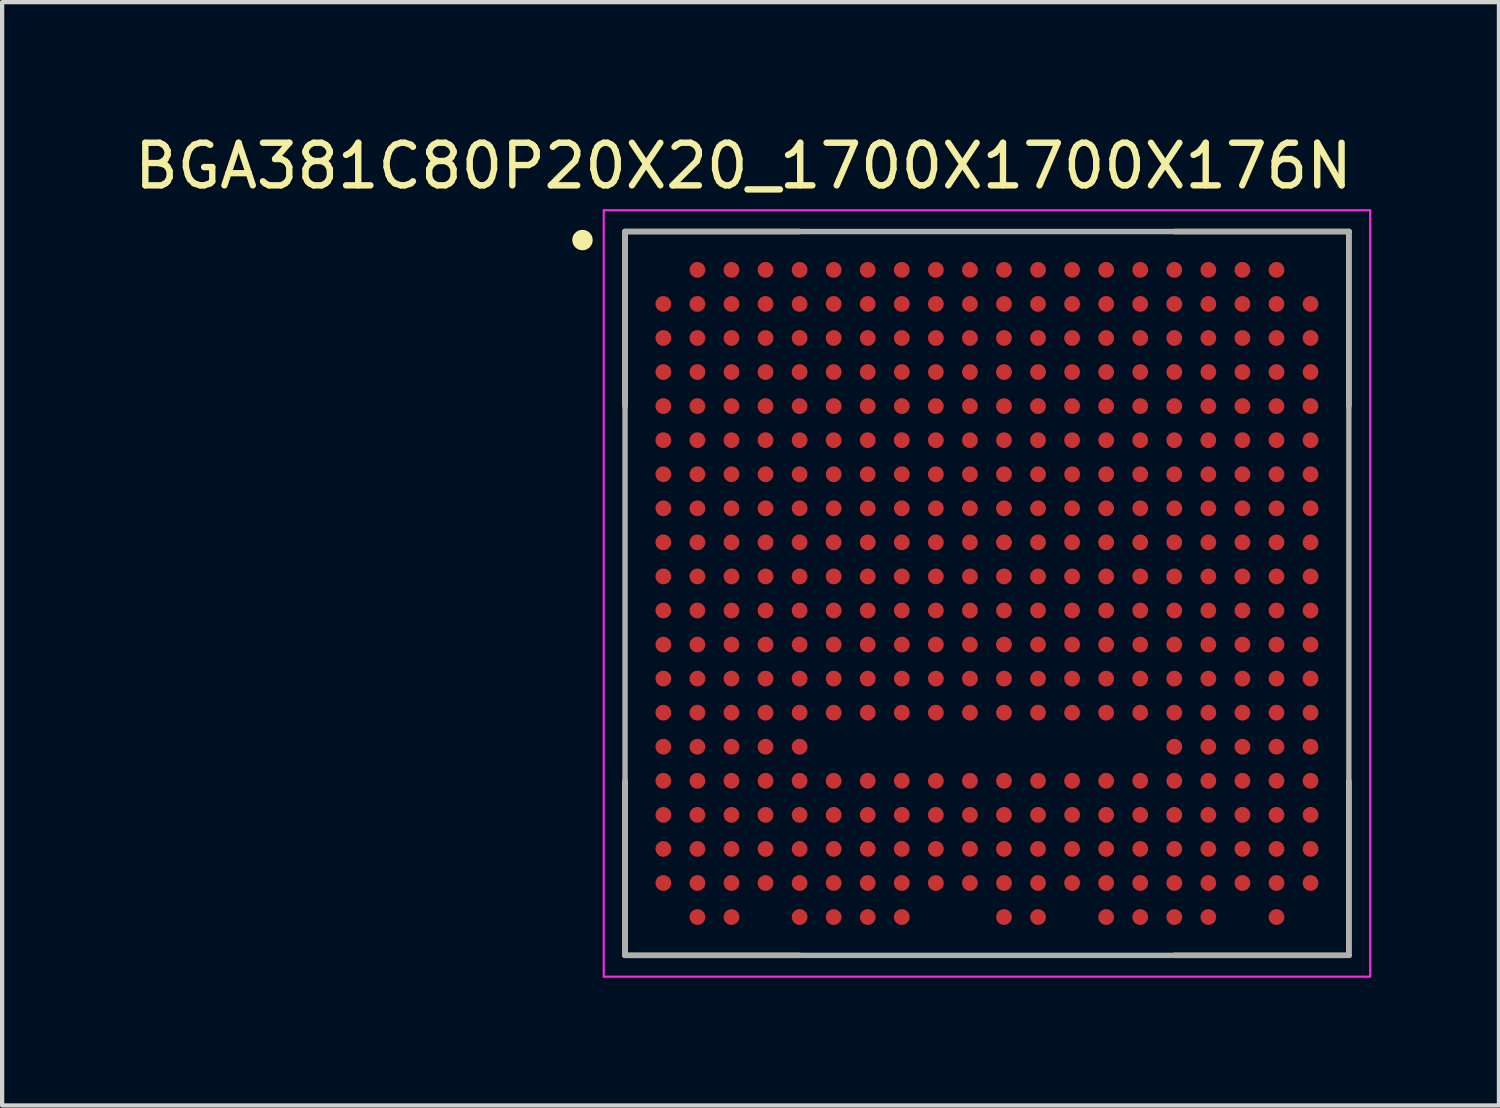
<source format=kicad_pcb>
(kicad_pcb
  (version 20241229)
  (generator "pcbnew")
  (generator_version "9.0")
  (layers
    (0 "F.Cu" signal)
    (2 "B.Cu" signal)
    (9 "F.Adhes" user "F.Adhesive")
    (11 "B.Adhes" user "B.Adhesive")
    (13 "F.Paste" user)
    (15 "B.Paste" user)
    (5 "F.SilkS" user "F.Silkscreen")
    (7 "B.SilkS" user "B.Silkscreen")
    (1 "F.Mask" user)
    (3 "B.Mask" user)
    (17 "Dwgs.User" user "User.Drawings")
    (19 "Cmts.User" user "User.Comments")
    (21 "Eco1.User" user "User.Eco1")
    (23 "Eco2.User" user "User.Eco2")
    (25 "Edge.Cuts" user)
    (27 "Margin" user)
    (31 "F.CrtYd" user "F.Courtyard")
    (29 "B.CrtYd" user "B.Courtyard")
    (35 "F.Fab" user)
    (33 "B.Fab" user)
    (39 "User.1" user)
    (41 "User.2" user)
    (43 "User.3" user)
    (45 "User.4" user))
  (footprint "BGA381C80P20X20_1700X1700X176N"
    (layer "F.Cu")
    (at 20.13 10.888)
    (property "Reference" "BGA381C80P20X20_1700X1700X176N" (at -5.719 -10.04 0) (layer "F.SilkS") (effects (font (size 1 1) (thickness 0.15))))
    (attr through_hole)
    (fp_line (start -8.5 -8.5) (end -8.5 -4.4) (stroke (width 0.127) (type solid)) (layer "F.SilkS"))
    (fp_line (start -8.5 4.4) (end -8.5 8.5) (stroke (width 0.127) (type solid)) (layer "F.SilkS"))
    (fp_line (start -4.4 -8.5) (end -8.5 -8.5) (stroke (width 0.127) (type solid)) (layer "F.SilkS"))
    (fp_line (start -4.4 8.5) (end -8.5 8.5) (stroke (width 0.127) (type solid)) (layer "F.SilkS"))
    (fp_line (start 8.5 -8.5) (end 4.4 -8.5) (stroke (width 0.127) (type solid)) (layer "F.SilkS"))
    (fp_line (start 8.5 -8.5) (end 8.5 -4.4) (stroke (width 0.127) (type solid)) (layer "F.SilkS"))
    (fp_line (start 8.5 4.4) (end 8.5 8.5) (stroke (width 0.127) (type solid)) (layer "F.SilkS"))
    (fp_line (start 8.5 8.5) (end 4.4 8.5) (stroke (width 0.127) (type solid)) (layer "F.SilkS"))
    (fp_circle (center -9.5 -8.3) (end -9.38 -8.3) (stroke (width 0.24) (type solid)) (fill no) (layer "F.SilkS"))
    (fp_line (start -9 -9) (end 9 -9) (stroke (width 0.05) (type solid)) (layer "F.CrtYd"))
    (fp_line (start -9 9) (end -9 -9) (stroke (width 0.05) (type solid)) (layer "F.CrtYd"))
    (fp_line (start 9 -9) (end 9 9) (stroke (width 0.05) (type solid)) (layer "F.CrtYd"))
    (fp_line (start 9 9) (end -9 9) (stroke (width 0.05) (type solid)) (layer "F.CrtYd"))
    (fp_line (start -8.5 -8.5) (end 8.5 -8.5) (stroke (width 0.127) (type solid)) (layer "F.Fab"))
    (fp_line (start -8.5 8.5) (end -8.5 -8.5) (stroke (width 0.127) (type solid)) (layer "F.Fab"))
    (fp_line (start 8.5 -8.5) (end 8.5 8.5) (stroke (width 0.127) (type solid)) (layer "F.Fab"))
    (fp_line (start 8.5 8.5) (end -8.5 8.5) (stroke (width 0.127) (type solid)) (layer "F.Fab"))
    (pad "A2" smd circle (at -6.8 -7.6) (size 0.37 0.37) (layers "F.Cu" "F.Mask" "F.Paste"))
    (pad "A3" smd circle (at -6 -7.6) (size 0.37 0.37) (layers "F.Cu" "F.Mask" "F.Paste"))
    (pad "A4" smd circle (at -5.2 -7.6) (size 0.37 0.37) (layers "F.Cu" "F.Mask" "F.Paste"))
    (pad "A5" smd circle (at -4.4 -7.6) (size 0.37 0.37) (layers "F.Cu" "F.Mask" "F.Paste"))
    (pad "A6" smd circle (at -3.6 -7.6) (size 0.37 0.37) (layers "F.Cu" "F.Mask" "F.Paste"))
    (pad "A7" smd circle (at -2.8 -7.6) (size 0.37 0.37) (layers "F.Cu" "F.Mask" "F.Paste"))
    (pad "A8" smd circle (at -2 -7.6) (size 0.37 0.37) (layers "F.Cu" "F.Mask" "F.Paste"))
    (pad "A9" smd circle (at -1.2 -7.6) (size 0.37 0.37) (layers "F.Cu" "F.Mask" "F.Paste"))
    (pad "A10" smd circle (at -0.4 -7.6) (size 0.37 0.37) (layers "F.Cu" "F.Mask" "F.Paste"))
    (pad "A11" smd circle (at 0.4 -7.6) (size 0.37 0.37) (layers "F.Cu" "F.Mask" "F.Paste"))
    (pad "A12" smd circle (at 1.2 -7.6) (size 0.37 0.37) (layers "F.Cu" "F.Mask" "F.Paste"))
    (pad "A13" smd circle (at 2 -7.6) (size 0.37 0.37) (layers "F.Cu" "F.Mask" "F.Paste"))
    (pad "A14" smd circle (at 2.8 -7.6) (size 0.37 0.37) (layers "F.Cu" "F.Mask" "F.Paste"))
    (pad "A15" smd circle (at 3.6 -7.6) (size 0.37 0.37) (layers "F.Cu" "F.Mask" "F.Paste"))
    (pad "A16" smd circle (at 4.4 -7.6) (size 0.37 0.37) (layers "F.Cu" "F.Mask" "F.Paste"))
    (pad "A17" smd circle (at 5.2 -7.6) (size 0.37 0.37) (layers "F.Cu" "F.Mask" "F.Paste"))
    (pad "A18" smd circle (at 6 -7.6) (size 0.37 0.37) (layers "F.Cu" "F.Mask" "F.Paste"))
    (pad "A19" smd circle (at 6.8 -7.6) (size 0.37 0.37) (layers "F.Cu" "F.Mask" "F.Paste"))
    (pad "B1" smd circle (at -7.6 -6.8) (size 0.37 0.37) (layers "F.Cu" "F.Mask" "F.Paste"))
    (pad "B2" smd circle (at -6.8 -6.8) (size 0.37 0.37) (layers "F.Cu" "F.Mask" "F.Paste"))
    (pad "B3" smd circle (at -6 -6.8) (size 0.37 0.37) (layers "F.Cu" "F.Mask" "F.Paste"))
    (pad "B4" smd circle (at -5.2 -6.8) (size 0.37 0.37) (layers "F.Cu" "F.Mask" "F.Paste"))
    (pad "B5" smd circle (at -4.4 -6.8) (size 0.37 0.37) (layers "F.Cu" "F.Mask" "F.Paste"))
    (pad "B6" smd circle (at -3.6 -6.8) (size 0.37 0.37) (layers "F.Cu" "F.Mask" "F.Paste"))
    (pad "B7" smd circle (at -2.8 -6.8) (size 0.37 0.37) (layers "F.Cu" "F.Mask" "F.Paste"))
    (pad "B8" smd circle (at -2 -6.8) (size 0.37 0.37) (layers "F.Cu" "F.Mask" "F.Paste"))
    (pad "B9" smd circle (at -1.2 -6.8) (size 0.37 0.37) (layers "F.Cu" "F.Mask" "F.Paste"))
    (pad "B10" smd circle (at -0.4 -6.8) (size 0.37 0.37) (layers "F.Cu" "F.Mask" "F.Paste"))
    (pad "B11" smd circle (at 0.4 -6.8) (size 0.37 0.37) (layers "F.Cu" "F.Mask" "F.Paste"))
    (pad "B12" smd circle (at 1.2 -6.8) (size 0.37 0.37) (layers "F.Cu" "F.Mask" "F.Paste"))
    (pad "B13" smd circle (at 2 -6.8) (size 0.37 0.37) (layers "F.Cu" "F.Mask" "F.Paste"))
    (pad "B14" smd circle (at 2.8 -6.8) (size 0.37 0.37) (layers "F.Cu" "F.Mask" "F.Paste"))
    (pad "B15" smd circle (at 3.6 -6.8) (size 0.37 0.37) (layers "F.Cu" "F.Mask" "F.Paste"))
    (pad "B16" smd circle (at 4.4 -6.8) (size 0.37 0.37) (layers "F.Cu" "F.Mask" "F.Paste"))
    (pad "B17" smd circle (at 5.2 -6.8) (size 0.37 0.37) (layers "F.Cu" "F.Mask" "F.Paste"))
    (pad "B18" smd circle (at 6 -6.8) (size 0.37 0.37) (layers "F.Cu" "F.Mask" "F.Paste"))
    (pad "B19" smd circle (at 6.8 -6.8) (size 0.37 0.37) (layers "F.Cu" "F.Mask" "F.Paste"))
    (pad "B20" smd circle (at 7.6 -6.8) (size 0.37 0.37) (layers "F.Cu" "F.Mask" "F.Paste"))
    (pad "C1" smd circle (at -7.6 -6) (size 0.37 0.37) (layers "F.Cu" "F.Mask" "F.Paste"))
    (pad "C2" smd circle (at -6.8 -6) (size 0.37 0.37) (layers "F.Cu" "F.Mask" "F.Paste"))
    (pad "C3" smd circle (at -6 -6) (size 0.37 0.37) (layers "F.Cu" "F.Mask" "F.Paste"))
    (pad "C4" smd circle (at -5.2 -6) (size 0.37 0.37) (layers "F.Cu" "F.Mask" "F.Paste"))
    (pad "C5" smd circle (at -4.4 -6) (size 0.37 0.37) (layers "F.Cu" "F.Mask" "F.Paste"))
    (pad "C6" smd circle (at -3.6 -6) (size 0.37 0.37) (layers "F.Cu" "F.Mask" "F.Paste"))
    (pad "C7" smd circle (at -2.8 -6) (size 0.37 0.37) (layers "F.Cu" "F.Mask" "F.Paste"))
    (pad "C8" smd circle (at -2 -6) (size 0.37 0.37) (layers "F.Cu" "F.Mask" "F.Paste"))
    (pad "C9" smd circle (at -1.2 -6) (size 0.37 0.37) (layers "F.Cu" "F.Mask" "F.Paste"))
    (pad "C10" smd circle (at -0.4 -6) (size 0.37 0.37) (layers "F.Cu" "F.Mask" "F.Paste"))
    (pad "C11" smd circle (at 0.4 -6) (size 0.37 0.37) (layers "F.Cu" "F.Mask" "F.Paste"))
    (pad "C12" smd circle (at 1.2 -6) (size 0.37 0.37) (layers "F.Cu" "F.Mask" "F.Paste"))
    (pad "C13" smd circle (at 2 -6) (size 0.37 0.37) (layers "F.Cu" "F.Mask" "F.Paste"))
    (pad "C14" smd circle (at 2.8 -6) (size 0.37 0.37) (layers "F.Cu" "F.Mask" "F.Paste"))
    (pad "C15" smd circle (at 3.6 -6) (size 0.37 0.37) (layers "F.Cu" "F.Mask" "F.Paste"))
    (pad "C16" smd circle (at 4.4 -6) (size 0.37 0.37) (layers "F.Cu" "F.Mask" "F.Paste"))
    (pad "C17" smd circle (at 5.2 -6) (size 0.37 0.37) (layers "F.Cu" "F.Mask" "F.Paste"))
    (pad "C18" smd circle (at 6 -6) (size 0.37 0.37) (layers "F.Cu" "F.Mask" "F.Paste"))
    (pad "C19" smd circle (at 6.8 -6) (size 0.37 0.37) (layers "F.Cu" "F.Mask" "F.Paste"))
    (pad "C20" smd circle (at 7.6 -6) (size 0.37 0.37) (layers "F.Cu" "F.Mask" "F.Paste"))
    (pad "D1" smd circle (at -7.6 -5.2) (size 0.37 0.37) (layers "F.Cu" "F.Mask" "F.Paste"))
    (pad "D2" smd circle (at -6.8 -5.2) (size 0.37 0.37) (layers "F.Cu" "F.Mask" "F.Paste"))
    (pad "D3" smd circle (at -6 -5.2) (size 0.37 0.37) (layers "F.Cu" "F.Mask" "F.Paste"))
    (pad "D4" smd circle (at -5.2 -5.2) (size 0.37 0.37) (layers "F.Cu" "F.Mask" "F.Paste"))
    (pad "D5" smd circle (at -4.4 -5.2) (size 0.37 0.37) (layers "F.Cu" "F.Mask" "F.Paste"))
    (pad "D6" smd circle (at -3.6 -5.2) (size 0.37 0.37) (layers "F.Cu" "F.Mask" "F.Paste"))
    (pad "D7" smd circle (at -2.8 -5.2) (size 0.37 0.37) (layers "F.Cu" "F.Mask" "F.Paste"))
    (pad "D8" smd circle (at -2 -5.2) (size 0.37 0.37) (layers "F.Cu" "F.Mask" "F.Paste"))
    (pad "D9" smd circle (at -1.2 -5.2) (size 0.37 0.37) (layers "F.Cu" "F.Mask" "F.Paste"))
    (pad "D10" smd circle (at -0.4 -5.2) (size 0.37 0.37) (layers "F.Cu" "F.Mask" "F.Paste"))
    (pad "D11" smd circle (at 0.4 -5.2) (size 0.37 0.37) (layers "F.Cu" "F.Mask" "F.Paste"))
    (pad "D12" smd circle (at 1.2 -5.2) (size 0.37 0.37) (layers "F.Cu" "F.Mask" "F.Paste"))
    (pad "D13" smd circle (at 2 -5.2) (size 0.37 0.37) (layers "F.Cu" "F.Mask" "F.Paste"))
    (pad "D14" smd circle (at 2.8 -5.2) (size 0.37 0.37) (layers "F.Cu" "F.Mask" "F.Paste"))
    (pad "D15" smd circle (at 3.6 -5.2) (size 0.37 0.37) (layers "F.Cu" "F.Mask" "F.Paste"))
    (pad "D16" smd circle (at 4.4 -5.2) (size 0.37 0.37) (layers "F.Cu" "F.Mask" "F.Paste"))
    (pad "D17" smd circle (at 5.2 -5.2) (size 0.37 0.37) (layers "F.Cu" "F.Mask" "F.Paste"))
    (pad "D18" smd circle (at 6 -5.2) (size 0.37 0.37) (layers "F.Cu" "F.Mask" "F.Paste"))
    (pad "D19" smd circle (at 6.8 -5.2) (size 0.37 0.37) (layers "F.Cu" "F.Mask" "F.Paste"))
    (pad "D20" smd circle (at 7.6 -5.2) (size 0.37 0.37) (layers "F.Cu" "F.Mask" "F.Paste"))
    (pad "E1" smd circle (at -7.6 -4.4) (size 0.37 0.37) (layers "F.Cu" "F.Mask" "F.Paste"))
    (pad "E2" smd circle (at -6.8 -4.4) (size 0.37 0.37) (layers "F.Cu" "F.Mask" "F.Paste"))
    (pad "E3" smd circle (at -6 -4.4) (size 0.37 0.37) (layers "F.Cu" "F.Mask" "F.Paste"))
    (pad "E4" smd circle (at -5.2 -4.4) (size 0.37 0.37) (layers "F.Cu" "F.Mask" "F.Paste"))
    (pad "E5" smd circle (at -4.4 -4.4) (size 0.37 0.37) (layers "F.Cu" "F.Mask" "F.Paste"))
    (pad "E6" smd circle (at -3.6 -4.4) (size 0.37 0.37) (layers "F.Cu" "F.Mask" "F.Paste"))
    (pad "E7" smd circle (at -2.8 -4.4) (size 0.37 0.37) (layers "F.Cu" "F.Mask" "F.Paste"))
    (pad "E8" smd circle (at -2 -4.4) (size 0.37 0.37) (layers "F.Cu" "F.Mask" "F.Paste"))
    (pad "E9" smd circle (at -1.2 -4.4) (size 0.37 0.37) (layers "F.Cu" "F.Mask" "F.Paste"))
    (pad "E10" smd circle (at -0.4 -4.4) (size 0.37 0.37) (layers "F.Cu" "F.Mask" "F.Paste"))
    (pad "E11" smd circle (at 0.4 -4.4) (size 0.37 0.37) (layers "F.Cu" "F.Mask" "F.Paste"))
    (pad "E12" smd circle (at 1.2 -4.4) (size 0.37 0.37) (layers "F.Cu" "F.Mask" "F.Paste"))
    (pad "E13" smd circle (at 2 -4.4) (size 0.37 0.37) (layers "F.Cu" "F.Mask" "F.Paste"))
    (pad "E14" smd circle (at 2.8 -4.4) (size 0.37 0.37) (layers "F.Cu" "F.Mask" "F.Paste"))
    (pad "E15" smd circle (at 3.6 -4.4) (size 0.37 0.37) (layers "F.Cu" "F.Mask" "F.Paste"))
    (pad "E16" smd circle (at 4.4 -4.4) (size 0.37 0.37) (layers "F.Cu" "F.Mask" "F.Paste"))
    (pad "E17" smd circle (at 5.2 -4.4) (size 0.37 0.37) (layers "F.Cu" "F.Mask" "F.Paste"))
    (pad "E18" smd circle (at 6 -4.4) (size 0.37 0.37) (layers "F.Cu" "F.Mask" "F.Paste"))
    (pad "E19" smd circle (at 6.8 -4.4) (size 0.37 0.37) (layers "F.Cu" "F.Mask" "F.Paste"))
    (pad "E20" smd circle (at 7.6 -4.4) (size 0.37 0.37) (layers "F.Cu" "F.Mask" "F.Paste"))
    (pad "F1" smd circle (at -7.6 -3.6) (size 0.37 0.37) (layers "F.Cu" "F.Mask" "F.Paste"))
    (pad "F2" smd circle (at -6.8 -3.6) (size 0.37 0.37) (layers "F.Cu" "F.Mask" "F.Paste"))
    (pad "F3" smd circle (at -6 -3.6) (size 0.37 0.37) (layers "F.Cu" "F.Mask" "F.Paste"))
    (pad "F4" smd circle (at -5.2 -3.6) (size 0.37 0.37) (layers "F.Cu" "F.Mask" "F.Paste"))
    (pad "F5" smd circle (at -4.4 -3.6) (size 0.37 0.37) (layers "F.Cu" "F.Mask" "F.Paste"))
    (pad "F6" smd circle (at -3.6 -3.6) (size 0.37 0.37) (layers "F.Cu" "F.Mask" "F.Paste"))
    (pad "F7" smd circle (at -2.8 -3.6) (size 0.37 0.37) (layers "F.Cu" "F.Mask" "F.Paste"))
    (pad "F8" smd circle (at -2 -3.6) (size 0.37 0.37) (layers "F.Cu" "F.Mask" "F.Paste"))
    (pad "F9" smd circle (at -1.2 -3.6) (size 0.37 0.37) (layers "F.Cu" "F.Mask" "F.Paste"))
    (pad "F10" smd circle (at -0.4 -3.6) (size 0.37 0.37) (layers "F.Cu" "F.Mask" "F.Paste"))
    (pad "F11" smd circle (at 0.4 -3.6) (size 0.37 0.37) (layers "F.Cu" "F.Mask" "F.Paste"))
    (pad "F12" smd circle (at 1.2 -3.6) (size 0.37 0.37) (layers "F.Cu" "F.Mask" "F.Paste"))
    (pad "F13" smd circle (at 2 -3.6) (size 0.37 0.37) (layers "F.Cu" "F.Mask" "F.Paste"))
    (pad "F14" smd circle (at 2.8 -3.6) (size 0.37 0.37) (layers "F.Cu" "F.Mask" "F.Paste"))
    (pad "F15" smd circle (at 3.6 -3.6) (size 0.37 0.37) (layers "F.Cu" "F.Mask" "F.Paste"))
    (pad "F16" smd circle (at 4.4 -3.6) (size 0.37 0.37) (layers "F.Cu" "F.Mask" "F.Paste"))
    (pad "F17" smd circle (at 5.2 -3.6) (size 0.37 0.37) (layers "F.Cu" "F.Mask" "F.Paste"))
    (pad "F18" smd circle (at 6 -3.6) (size 0.37 0.37) (layers "F.Cu" "F.Mask" "F.Paste"))
    (pad "F19" smd circle (at 6.8 -3.6) (size 0.37 0.37) (layers "F.Cu" "F.Mask" "F.Paste"))
    (pad "F20" smd circle (at 7.6 -3.6) (size 0.37 0.37) (layers "F.Cu" "F.Mask" "F.Paste"))
    (pad "G1" smd circle (at -7.6 -2.8) (size 0.37 0.37) (layers "F.Cu" "F.Mask" "F.Paste"))
    (pad "G2" smd circle (at -6.8 -2.8) (size 0.37 0.37) (layers "F.Cu" "F.Mask" "F.Paste"))
    (pad "G3" smd circle (at -6 -2.8) (size 0.37 0.37) (layers "F.Cu" "F.Mask" "F.Paste"))
    (pad "G4" smd circle (at -5.2 -2.8) (size 0.37 0.37) (layers "F.Cu" "F.Mask" "F.Paste"))
    (pad "G5" smd circle (at -4.4 -2.8) (size 0.37 0.37) (layers "F.Cu" "F.Mask" "F.Paste"))
    (pad "G6" smd circle (at -3.6 -2.8) (size 0.37 0.37) (layers "F.Cu" "F.Mask" "F.Paste"))
    (pad "G7" smd circle (at -2.8 -2.8) (size 0.37 0.37) (layers "F.Cu" "F.Mask" "F.Paste"))
    (pad "G8" smd circle (at -2 -2.8) (size 0.37 0.37) (layers "F.Cu" "F.Mask" "F.Paste"))
    (pad "G9" smd circle (at -1.2 -2.8) (size 0.37 0.37) (layers "F.Cu" "F.Mask" "F.Paste"))
    (pad "G10" smd circle (at -0.4 -2.8) (size 0.37 0.37) (layers "F.Cu" "F.Mask" "F.Paste"))
    (pad "G11" smd circle (at 0.4 -2.8) (size 0.37 0.37) (layers "F.Cu" "F.Mask" "F.Paste"))
    (pad "G12" smd circle (at 1.2 -2.8) (size 0.37 0.37) (layers "F.Cu" "F.Mask" "F.Paste"))
    (pad "G13" smd circle (at 2 -2.8) (size 0.37 0.37) (layers "F.Cu" "F.Mask" "F.Paste"))
    (pad "G14" smd circle (at 2.8 -2.8) (size 0.37 0.37) (layers "F.Cu" "F.Mask" "F.Paste"))
    (pad "G15" smd circle (at 3.6 -2.8) (size 0.37 0.37) (layers "F.Cu" "F.Mask" "F.Paste"))
    (pad "G16" smd circle (at 4.4 -2.8) (size 0.37 0.37) (layers "F.Cu" "F.Mask" "F.Paste"))
    (pad "G17" smd circle (at 5.2 -2.8) (size 0.37 0.37) (layers "F.Cu" "F.Mask" "F.Paste"))
    (pad "G18" smd circle (at 6 -2.8) (size 0.37 0.37) (layers "F.Cu" "F.Mask" "F.Paste"))
    (pad "G19" smd circle (at 6.8 -2.8) (size 0.37 0.37) (layers "F.Cu" "F.Mask" "F.Paste"))
    (pad "G20" smd circle (at 7.6 -2.8) (size 0.37 0.37) (layers "F.Cu" "F.Mask" "F.Paste"))
    (pad "H1" smd circle (at -7.6 -2) (size 0.37 0.37) (layers "F.Cu" "F.Mask" "F.Paste"))
    (pad "H2" smd circle (at -6.8 -2) (size 0.37 0.37) (layers "F.Cu" "F.Mask" "F.Paste"))
    (pad "H3" smd circle (at -6 -2) (size 0.37 0.37) (layers "F.Cu" "F.Mask" "F.Paste"))
    (pad "H4" smd circle (at -5.2 -2) (size 0.37 0.37) (layers "F.Cu" "F.Mask" "F.Paste"))
    (pad "H5" smd circle (at -4.4 -2) (size 0.37 0.37) (layers "F.Cu" "F.Mask" "F.Paste"))
    (pad "H6" smd circle (at -3.6 -2) (size 0.37 0.37) (layers "F.Cu" "F.Mask" "F.Paste"))
    (pad "H7" smd circle (at -2.8 -2) (size 0.37 0.37) (layers "F.Cu" "F.Mask" "F.Paste"))
    (pad "H8" smd circle (at -2 -2) (size 0.37 0.37) (layers "F.Cu" "F.Mask" "F.Paste"))
    (pad "H9" smd circle (at -1.2 -2) (size 0.37 0.37) (layers "F.Cu" "F.Mask" "F.Paste"))
    (pad "H10" smd circle (at -0.4 -2) (size 0.37 0.37) (layers "F.Cu" "F.Mask" "F.Paste"))
    (pad "H11" smd circle (at 0.4 -2) (size 0.37 0.37) (layers "F.Cu" "F.Mask" "F.Paste"))
    (pad "H12" smd circle (at 1.2 -2) (size 0.37 0.37) (layers "F.Cu" "F.Mask" "F.Paste"))
    (pad "H13" smd circle (at 2 -2) (size 0.37 0.37) (layers "F.Cu" "F.Mask" "F.Paste"))
    (pad "H14" smd circle (at 2.8 -2) (size 0.37 0.37) (layers "F.Cu" "F.Mask" "F.Paste"))
    (pad "H15" smd circle (at 3.6 -2) (size 0.37 0.37) (layers "F.Cu" "F.Mask" "F.Paste"))
    (pad "H16" smd circle (at 4.4 -2) (size 0.37 0.37) (layers "F.Cu" "F.Mask" "F.Paste"))
    (pad "H17" smd circle (at 5.2 -2) (size 0.37 0.37) (layers "F.Cu" "F.Mask" "F.Paste"))
    (pad "H18" smd circle (at 6 -2) (size 0.37 0.37) (layers "F.Cu" "F.Mask" "F.Paste"))
    (pad "H19" smd circle (at 6.8 -2) (size 0.37 0.37) (layers "F.Cu" "F.Mask" "F.Paste"))
    (pad "H20" smd circle (at 7.6 -2) (size 0.37 0.37) (layers "F.Cu" "F.Mask" "F.Paste"))
    (pad "J1" smd circle (at -7.6 -1.2) (size 0.37 0.37) (layers "F.Cu" "F.Mask" "F.Paste"))
    (pad "J2" smd circle (at -6.8 -1.2) (size 0.37 0.37) (layers "F.Cu" "F.Mask" "F.Paste"))
    (pad "J3" smd circle (at -6 -1.2) (size 0.37 0.37) (layers "F.Cu" "F.Mask" "F.Paste"))
    (pad "J4" smd circle (at -5.2 -1.2) (size 0.37 0.37) (layers "F.Cu" "F.Mask" "F.Paste"))
    (pad "J5" smd circle (at -4.4 -1.2) (size 0.37 0.37) (layers "F.Cu" "F.Mask" "F.Paste"))
    (pad "J6" smd circle (at -3.6 -1.2) (size 0.37 0.37) (layers "F.Cu" "F.Mask" "F.Paste"))
    (pad "J7" smd circle (at -2.8 -1.2) (size 0.37 0.37) (layers "F.Cu" "F.Mask" "F.Paste"))
    (pad "J8" smd circle (at -2 -1.2) (size 0.37 0.37) (layers "F.Cu" "F.Mask" "F.Paste"))
    (pad "J9" smd circle (at -1.2 -1.2) (size 0.37 0.37) (layers "F.Cu" "F.Mask" "F.Paste"))
    (pad "J10" smd circle (at -0.4 -1.2) (size 0.37 0.37) (layers "F.Cu" "F.Mask" "F.Paste"))
    (pad "J11" smd circle (at 0.4 -1.2) (size 0.37 0.37) (layers "F.Cu" "F.Mask" "F.Paste"))
    (pad "J12" smd circle (at 1.2 -1.2) (size 0.37 0.37) (layers "F.Cu" "F.Mask" "F.Paste"))
    (pad "J13" smd circle (at 2 -1.2) (size 0.37 0.37) (layers "F.Cu" "F.Mask" "F.Paste"))
    (pad "J14" smd circle (at 2.8 -1.2) (size 0.37 0.37) (layers "F.Cu" "F.Mask" "F.Paste"))
    (pad "J15" smd circle (at 3.6 -1.2) (size 0.37 0.37) (layers "F.Cu" "F.Mask" "F.Paste"))
    (pad "J16" smd circle (at 4.4 -1.2) (size 0.37 0.37) (layers "F.Cu" "F.Mask" "F.Paste"))
    (pad "J17" smd circle (at 5.2 -1.2) (size 0.37 0.37) (layers "F.Cu" "F.Mask" "F.Paste"))
    (pad "J18" smd circle (at 6 -1.2) (size 0.37 0.37) (layers "F.Cu" "F.Mask" "F.Paste"))
    (pad "J19" smd circle (at 6.8 -1.2) (size 0.37 0.37) (layers "F.Cu" "F.Mask" "F.Paste"))
    (pad "J20" smd circle (at 7.6 -1.2) (size 0.37 0.37) (layers "F.Cu" "F.Mask" "F.Paste"))
    (pad "K1" smd circle (at -7.6 -0.4) (size 0.37 0.37) (layers "F.Cu" "F.Mask" "F.Paste"))
    (pad "K2" smd circle (at -6.8 -0.4) (size 0.37 0.37) (layers "F.Cu" "F.Mask" "F.Paste"))
    (pad "K3" smd circle (at -6 -0.4) (size 0.37 0.37) (layers "F.Cu" "F.Mask" "F.Paste"))
    (pad "K4" smd circle (at -5.2 -0.4) (size 0.37 0.37) (layers "F.Cu" "F.Mask" "F.Paste"))
    (pad "K5" smd circle (at -4.4 -0.4) (size 0.37 0.37) (layers "F.Cu" "F.Mask" "F.Paste"))
    (pad "K6" smd circle (at -3.6 -0.4) (size 0.37 0.37) (layers "F.Cu" "F.Mask" "F.Paste"))
    (pad "K7" smd circle (at -2.8 -0.4) (size 0.37 0.37) (layers "F.Cu" "F.Mask" "F.Paste"))
    (pad "K8" smd circle (at -2 -0.4) (size 0.37 0.37) (layers "F.Cu" "F.Mask" "F.Paste"))
    (pad "K9" smd circle (at -1.2 -0.4) (size 0.37 0.37) (layers "F.Cu" "F.Mask" "F.Paste"))
    (pad "K10" smd circle (at -0.4 -0.4) (size 0.37 0.37) (layers "F.Cu" "F.Mask" "F.Paste"))
    (pad "K11" smd circle (at 0.4 -0.4) (size 0.37 0.37) (layers "F.Cu" "F.Mask" "F.Paste"))
    (pad "K12" smd circle (at 1.2 -0.4) (size 0.37 0.37) (layers "F.Cu" "F.Mask" "F.Paste"))
    (pad "K13" smd circle (at 2 -0.4) (size 0.37 0.37) (layers "F.Cu" "F.Mask" "F.Paste"))
    (pad "K14" smd circle (at 2.8 -0.4) (size 0.37 0.37) (layers "F.Cu" "F.Mask" "F.Paste"))
    (pad "K15" smd circle (at 3.6 -0.4) (size 0.37 0.37) (layers "F.Cu" "F.Mask" "F.Paste"))
    (pad "K16" smd circle (at 4.4 -0.4) (size 0.37 0.37) (layers "F.Cu" "F.Mask" "F.Paste"))
    (pad "K17" smd circle (at 5.2 -0.4) (size 0.37 0.37) (layers "F.Cu" "F.Mask" "F.Paste"))
    (pad "K18" smd circle (at 6 -0.4) (size 0.37 0.37) (layers "F.Cu" "F.Mask" "F.Paste"))
    (pad "K19" smd circle (at 6.8 -0.4) (size 0.37 0.37) (layers "F.Cu" "F.Mask" "F.Paste"))
    (pad "K20" smd circle (at 7.6 -0.4) (size 0.37 0.37) (layers "F.Cu" "F.Mask" "F.Paste"))
    (pad "L1" smd circle (at -7.6 0.4) (size 0.37 0.37) (layers "F.Cu" "F.Mask" "F.Paste"))
    (pad "L2" smd circle (at -6.8 0.4) (size 0.37 0.37) (layers "F.Cu" "F.Mask" "F.Paste"))
    (pad "L3" smd circle (at -6 0.4) (size 0.37 0.37) (layers "F.Cu" "F.Mask" "F.Paste"))
    (pad "L4" smd circle (at -5.2 0.4) (size 0.37 0.37) (layers "F.Cu" "F.Mask" "F.Paste"))
    (pad "L5" smd circle (at -4.4 0.4) (size 0.37 0.37) (layers "F.Cu" "F.Mask" "F.Paste"))
    (pad "L6" smd circle (at -3.6 0.4) (size 0.37 0.37) (layers "F.Cu" "F.Mask" "F.Paste"))
    (pad "L7" smd circle (at -2.8 0.4) (size 0.37 0.37) (layers "F.Cu" "F.Mask" "F.Paste"))
    (pad "L8" smd circle (at -2 0.4) (size 0.37 0.37) (layers "F.Cu" "F.Mask" "F.Paste"))
    (pad "L9" smd circle (at -1.2 0.4) (size 0.37 0.37) (layers "F.Cu" "F.Mask" "F.Paste"))
    (pad "L10" smd circle (at -0.4 0.4) (size 0.37 0.37) (layers "F.Cu" "F.Mask" "F.Paste"))
    (pad "L11" smd circle (at 0.4 0.4) (size 0.37 0.37) (layers "F.Cu" "F.Mask" "F.Paste"))
    (pad "L12" smd circle (at 1.2 0.4) (size 0.37 0.37) (layers "F.Cu" "F.Mask" "F.Paste"))
    (pad "L13" smd circle (at 2 0.4) (size 0.37 0.37) (layers "F.Cu" "F.Mask" "F.Paste"))
    (pad "L14" smd circle (at 2.8 0.4) (size 0.37 0.37) (layers "F.Cu" "F.Mask" "F.Paste"))
    (pad "L15" smd circle (at 3.6 0.4) (size 0.37 0.37) (layers "F.Cu" "F.Mask" "F.Paste"))
    (pad "L16" smd circle (at 4.4 0.4) (size 0.37 0.37) (layers "F.Cu" "F.Mask" "F.Paste"))
    (pad "L17" smd circle (at 5.2 0.4) (size 0.37 0.37) (layers "F.Cu" "F.Mask" "F.Paste"))
    (pad "L18" smd circle (at 6 0.4) (size 0.37 0.37) (layers "F.Cu" "F.Mask" "F.Paste"))
    (pad "L19" smd circle (at 6.8 0.4) (size 0.37 0.37) (layers "F.Cu" "F.Mask" "F.Paste"))
    (pad "L20" smd circle (at 7.6 0.4) (size 0.37 0.37) (layers "F.Cu" "F.Mask" "F.Paste"))
    (pad "M1" smd circle (at -7.6 1.2) (size 0.37 0.37) (layers "F.Cu" "F.Mask" "F.Paste"))
    (pad "M2" smd circle (at -6.8 1.2) (size 0.37 0.37) (layers "F.Cu" "F.Mask" "F.Paste"))
    (pad "M3" smd circle (at -6 1.2) (size 0.37 0.37) (layers "F.Cu" "F.Mask" "F.Paste"))
    (pad "M4" smd circle (at -5.2 1.2) (size 0.37 0.37) (layers "F.Cu" "F.Mask" "F.Paste"))
    (pad "M5" smd circle (at -4.4 1.2) (size 0.37 0.37) (layers "F.Cu" "F.Mask" "F.Paste"))
    (pad "M6" smd circle (at -3.6 1.2) (size 0.37 0.37) (layers "F.Cu" "F.Mask" "F.Paste"))
    (pad "M7" smd circle (at -2.8 1.2) (size 0.37 0.37) (layers "F.Cu" "F.Mask" "F.Paste"))
    (pad "M8" smd circle (at -2 1.2) (size 0.37 0.37) (layers "F.Cu" "F.Mask" "F.Paste"))
    (pad "M9" smd circle (at -1.2 1.2) (size 0.37 0.37) (layers "F.Cu" "F.Mask" "F.Paste"))
    (pad "M10" smd circle (at -0.4 1.2) (size 0.37 0.37) (layers "F.Cu" "F.Mask" "F.Paste"))
    (pad "M11" smd circle (at 0.4 1.2) (size 0.37 0.37) (layers "F.Cu" "F.Mask" "F.Paste"))
    (pad "M12" smd circle (at 1.2 1.2) (size 0.37 0.37) (layers "F.Cu" "F.Mask" "F.Paste"))
    (pad "M13" smd circle (at 2 1.2) (size 0.37 0.37) (layers "F.Cu" "F.Mask" "F.Paste"))
    (pad "M14" smd circle (at 2.8 1.2) (size 0.37 0.37) (layers "F.Cu" "F.Mask" "F.Paste"))
    (pad "M15" smd circle (at 3.6 1.2) (size 0.37 0.37) (layers "F.Cu" "F.Mask" "F.Paste"))
    (pad "M16" smd circle (at 4.4 1.2) (size 0.37 0.37) (layers "F.Cu" "F.Mask" "F.Paste"))
    (pad "M17" smd circle (at 5.2 1.2) (size 0.37 0.37) (layers "F.Cu" "F.Mask" "F.Paste"))
    (pad "M18" smd circle (at 6 1.2) (size 0.37 0.37) (layers "F.Cu" "F.Mask" "F.Paste"))
    (pad "M19" smd circle (at 6.8 1.2) (size 0.37 0.37) (layers "F.Cu" "F.Mask" "F.Paste"))
    (pad "M20" smd circle (at 7.6 1.2) (size 0.37 0.37) (layers "F.Cu" "F.Mask" "F.Paste"))
    (pad "N1" smd circle (at -7.6 2) (size 0.37 0.37) (layers "F.Cu" "F.Mask" "F.Paste"))
    (pad "N2" smd circle (at -6.8 2) (size 0.37 0.37) (layers "F.Cu" "F.Mask" "F.Paste"))
    (pad "N3" smd circle (at -6 2) (size 0.37 0.37) (layers "F.Cu" "F.Mask" "F.Paste"))
    (pad "N4" smd circle (at -5.2 2) (size 0.37 0.37) (layers "F.Cu" "F.Mask" "F.Paste"))
    (pad "N5" smd circle (at -4.4 2) (size 0.37 0.37) (layers "F.Cu" "F.Mask" "F.Paste"))
    (pad "N6" smd circle (at -3.6 2) (size 0.37 0.37) (layers "F.Cu" "F.Mask" "F.Paste"))
    (pad "N7" smd circle (at -2.8 2) (size 0.37 0.37) (layers "F.Cu" "F.Mask" "F.Paste"))
    (pad "N8" smd circle (at -2 2) (size 0.37 0.37) (layers "F.Cu" "F.Mask" "F.Paste"))
    (pad "N9" smd circle (at -1.2 2) (size 0.37 0.37) (layers "F.Cu" "F.Mask" "F.Paste"))
    (pad "N10" smd circle (at -0.4 2) (size 0.37 0.37) (layers "F.Cu" "F.Mask" "F.Paste"))
    (pad "N11" smd circle (at 0.4 2) (size 0.37 0.37) (layers "F.Cu" "F.Mask" "F.Paste"))
    (pad "N12" smd circle (at 1.2 2) (size 0.37 0.37) (layers "F.Cu" "F.Mask" "F.Paste"))
    (pad "N13" smd circle (at 2 2) (size 0.37 0.37) (layers "F.Cu" "F.Mask" "F.Paste"))
    (pad "N14" smd circle (at 2.8 2) (size 0.37 0.37) (layers "F.Cu" "F.Mask" "F.Paste"))
    (pad "N15" smd circle (at 3.6 2) (size 0.37 0.37) (layers "F.Cu" "F.Mask" "F.Paste"))
    (pad "N16" smd circle (at 4.4 2) (size 0.37 0.37) (layers "F.Cu" "F.Mask" "F.Paste"))
    (pad "N17" smd circle (at 5.2 2) (size 0.37 0.37) (layers "F.Cu" "F.Mask" "F.Paste"))
    (pad "N18" smd circle (at 6 2) (size 0.37 0.37) (layers "F.Cu" "F.Mask" "F.Paste"))
    (pad "N19" smd circle (at 6.8 2) (size 0.37 0.37) (layers "F.Cu" "F.Mask" "F.Paste"))
    (pad "N20" smd circle (at 7.6 2) (size 0.37 0.37) (layers "F.Cu" "F.Mask" "F.Paste"))
    (pad "P1" smd circle (at -7.6 2.8) (size 0.37 0.37) (layers "F.Cu" "F.Mask" "F.Paste"))
    (pad "P2" smd circle (at -6.8 2.8) (size 0.37 0.37) (layers "F.Cu" "F.Mask" "F.Paste"))
    (pad "P3" smd circle (at -6 2.8) (size 0.37 0.37) (layers "F.Cu" "F.Mask" "F.Paste"))
    (pad "P4" smd circle (at -5.2 2.8) (size 0.37 0.37) (layers "F.Cu" "F.Mask" "F.Paste"))
    (pad "P5" smd circle (at -4.4 2.8) (size 0.37 0.37) (layers "F.Cu" "F.Mask" "F.Paste"))
    (pad "P6" smd circle (at -3.6 2.8) (size 0.37 0.37) (layers "F.Cu" "F.Mask" "F.Paste"))
    (pad "P7" smd circle (at -2.8 2.8) (size 0.37 0.37) (layers "F.Cu" "F.Mask" "F.Paste"))
    (pad "P8" smd circle (at -2 2.8) (size 0.37 0.37) (layers "F.Cu" "F.Mask" "F.Paste"))
    (pad "P9" smd circle (at -1.2 2.8) (size 0.37 0.37) (layers "F.Cu" "F.Mask" "F.Paste"))
    (pad "P10" smd circle (at -0.4 2.8) (size 0.37 0.37) (layers "F.Cu" "F.Mask" "F.Paste"))
    (pad "P11" smd circle (at 0.4 2.8) (size 0.37 0.37) (layers "F.Cu" "F.Mask" "F.Paste"))
    (pad "P12" smd circle (at 1.2 2.8) (size 0.37 0.37) (layers "F.Cu" "F.Mask" "F.Paste"))
    (pad "P13" smd circle (at 2 2.8) (size 0.37 0.37) (layers "F.Cu" "F.Mask" "F.Paste"))
    (pad "P14" smd circle (at 2.8 2.8) (size 0.37 0.37) (layers "F.Cu" "F.Mask" "F.Paste"))
    (pad "P15" smd circle (at 3.6 2.8) (size 0.37 0.37) (layers "F.Cu" "F.Mask" "F.Paste"))
    (pad "P16" smd circle (at 4.4 2.8) (size 0.37 0.37) (layers "F.Cu" "F.Mask" "F.Paste"))
    (pad "P17" smd circle (at 5.2 2.8) (size 0.37 0.37) (layers "F.Cu" "F.Mask" "F.Paste"))
    (pad "P18" smd circle (at 6 2.8) (size 0.37 0.37) (layers "F.Cu" "F.Mask" "F.Paste"))
    (pad "P19" smd circle (at 6.8 2.8) (size 0.37 0.37) (layers "F.Cu" "F.Mask" "F.Paste"))
    (pad "P20" smd circle (at 7.6 2.8) (size 0.37 0.37) (layers "F.Cu" "F.Mask" "F.Paste"))
    (pad "R1" smd circle (at -7.6 3.6) (size 0.37 0.37) (layers "F.Cu" "F.Mask" "F.Paste"))
    (pad "R2" smd circle (at -6.8 3.6) (size 0.37 0.37) (layers "F.Cu" "F.Mask" "F.Paste"))
    (pad "R3" smd circle (at -6 3.6) (size 0.37 0.37) (layers "F.Cu" "F.Mask" "F.Paste"))
    (pad "R4" smd circle (at -5.2 3.6) (size 0.37 0.37) (layers "F.Cu" "F.Mask" "F.Paste"))
    (pad "R5" smd circle (at -4.4 3.6) (size 0.37 0.37) (layers "F.Cu" "F.Mask" "F.Paste"))
    (pad "R16" smd circle (at 4.4 3.6) (size 0.37 0.37) (layers "F.Cu" "F.Mask" "F.Paste"))
    (pad "R17" smd circle (at 5.2 3.6) (size 0.37 0.37) (layers "F.Cu" "F.Mask" "F.Paste"))
    (pad "R18" smd circle (at 6 3.6) (size 0.37 0.37) (layers "F.Cu" "F.Mask" "F.Paste"))
    (pad "R19" smd circle (at 6.8 3.6) (size 0.37 0.37) (layers "F.Cu" "F.Mask" "F.Paste"))
    (pad "R20" smd circle (at 7.6 3.6) (size 0.37 0.37) (layers "F.Cu" "F.Mask" "F.Paste"))
    (pad "T1" smd circle (at -7.6 4.4) (size 0.37 0.37) (layers "F.Cu" "F.Mask" "F.Paste"))
    (pad "T2" smd circle (at -6.8 4.4) (size 0.37 0.37) (layers "F.Cu" "F.Mask" "F.Paste"))
    (pad "T3" smd circle (at -6 4.4) (size 0.37 0.37) (layers "F.Cu" "F.Mask" "F.Paste"))
    (pad "T4" smd circle (at -5.2 4.4) (size 0.37 0.37) (layers "F.Cu" "F.Mask" "F.Paste"))
    (pad "T5" smd circle (at -4.4 4.4) (size 0.37 0.37) (layers "F.Cu" "F.Mask" "F.Paste"))
    (pad "T6" smd circle (at -3.6 4.4) (size 0.37 0.37) (layers "F.Cu" "F.Mask" "F.Paste"))
    (pad "T7" smd circle (at -2.8 4.4) (size 0.37 0.37) (layers "F.Cu" "F.Mask" "F.Paste"))
    (pad "T8" smd circle (at -2 4.4) (size 0.37 0.37) (layers "F.Cu" "F.Mask" "F.Paste"))
    (pad "T9" smd circle (at -1.2 4.4) (size 0.37 0.37) (layers "F.Cu" "F.Mask" "F.Paste"))
    (pad "T10" smd circle (at -0.4 4.4) (size 0.37 0.37) (layers "F.Cu" "F.Mask" "F.Paste"))
    (pad "T11" smd circle (at 0.4 4.4) (size 0.37 0.37) (layers "F.Cu" "F.Mask" "F.Paste"))
    (pad "T12" smd circle (at 1.2 4.4) (size 0.37 0.37) (layers "F.Cu" "F.Mask" "F.Paste"))
    (pad "T13" smd circle (at 2 4.4) (size 0.37 0.37) (layers "F.Cu" "F.Mask" "F.Paste"))
    (pad "T14" smd circle (at 2.8 4.4) (size 0.37 0.37) (layers "F.Cu" "F.Mask" "F.Paste"))
    (pad "T15" smd circle (at 3.6 4.4) (size 0.37 0.37) (layers "F.Cu" "F.Mask" "F.Paste"))
    (pad "T16" smd circle (at 4.4 4.4) (size 0.37 0.37) (layers "F.Cu" "F.Mask" "F.Paste"))
    (pad "T17" smd circle (at 5.2 4.4) (size 0.37 0.37) (layers "F.Cu" "F.Mask" "F.Paste"))
    (pad "T18" smd circle (at 6 4.4) (size 0.37 0.37) (layers "F.Cu" "F.Mask" "F.Paste"))
    (pad "T19" smd circle (at 6.8 4.4) (size 0.37 0.37) (layers "F.Cu" "F.Mask" "F.Paste"))
    (pad "T20" smd circle (at 7.6 4.4) (size 0.37 0.37) (layers "F.Cu" "F.Mask" "F.Paste"))
    (pad "U1" smd circle (at -7.6 5.2) (size 0.37 0.37) (layers "F.Cu" "F.Mask" "F.Paste"))
    (pad "U2" smd circle (at -6.8 5.2) (size 0.37 0.37) (layers "F.Cu" "F.Mask" "F.Paste"))
    (pad "U3" smd circle (at -6 5.2) (size 0.37 0.37) (layers "F.Cu" "F.Mask" "F.Paste"))
    (pad "U4" smd circle (at -5.2 5.2) (size 0.37 0.37) (layers "F.Cu" "F.Mask" "F.Paste"))
    (pad "U5" smd circle (at -4.4 5.2) (size 0.37 0.37) (layers "F.Cu" "F.Mask" "F.Paste"))
    (pad "U6" smd circle (at -3.6 5.2) (size 0.37 0.37) (layers "F.Cu" "F.Mask" "F.Paste"))
    (pad "U7" smd circle (at -2.8 5.2) (size 0.37 0.37) (layers "F.Cu" "F.Mask" "F.Paste"))
    (pad "U8" smd circle (at -2 5.2) (size 0.37 0.37) (layers "F.Cu" "F.Mask" "F.Paste"))
    (pad "U9" smd circle (at -1.2 5.2) (size 0.37 0.37) (layers "F.Cu" "F.Mask" "F.Paste"))
    (pad "U10" smd circle (at -0.4 5.2) (size 0.37 0.37) (layers "F.Cu" "F.Mask" "F.Paste"))
    (pad "U11" smd circle (at 0.4 5.2) (size 0.37 0.37) (layers "F.Cu" "F.Mask" "F.Paste"))
    (pad "U12" smd circle (at 1.2 5.2) (size 0.37 0.37) (layers "F.Cu" "F.Mask" "F.Paste"))
    (pad "U13" smd circle (at 2 5.2) (size 0.37 0.37) (layers "F.Cu" "F.Mask" "F.Paste"))
    (pad "U14" smd circle (at 2.8 5.2) (size 0.37 0.37) (layers "F.Cu" "F.Mask" "F.Paste"))
    (pad "U15" smd circle (at 3.6 5.2) (size 0.37 0.37) (layers "F.Cu" "F.Mask" "F.Paste"))
    (pad "U16" smd circle (at 4.4 5.2) (size 0.37 0.37) (layers "F.Cu" "F.Mask" "F.Paste"))
    (pad "U17" smd circle (at 5.2 5.2) (size 0.37 0.37) (layers "F.Cu" "F.Mask" "F.Paste"))
    (pad "U18" smd circle (at 6 5.2) (size 0.37 0.37) (layers "F.Cu" "F.Mask" "F.Paste"))
    (pad "U19" smd circle (at 6.8 5.2) (size 0.37 0.37) (layers "F.Cu" "F.Mask" "F.Paste"))
    (pad "U20" smd circle (at 7.6 5.2) (size 0.37 0.37) (layers "F.Cu" "F.Mask" "F.Paste"))
    (pad "V1" smd circle (at -7.6 6) (size 0.37 0.37) (layers "F.Cu" "F.Mask" "F.Paste"))
    (pad "V2" smd circle (at -6.8 6) (size 0.37 0.37) (layers "F.Cu" "F.Mask" "F.Paste"))
    (pad "V3" smd circle (at -6 6) (size 0.37 0.37) (layers "F.Cu" "F.Mask" "F.Paste"))
    (pad "V4" smd circle (at -5.2 6) (size 0.37 0.37) (layers "F.Cu" "F.Mask" "F.Paste"))
    (pad "V5" smd circle (at -4.4 6) (size 0.37 0.37) (layers "F.Cu" "F.Mask" "F.Paste"))
    (pad "V6" smd circle (at -3.6 6) (size 0.37 0.37) (layers "F.Cu" "F.Mask" "F.Paste"))
    (pad "V7" smd circle (at -2.8 6) (size 0.37 0.37) (layers "F.Cu" "F.Mask" "F.Paste"))
    (pad "V8" smd circle (at -2 6) (size 0.37 0.37) (layers "F.Cu" "F.Mask" "F.Paste"))
    (pad "V9" smd circle (at -1.2 6) (size 0.37 0.37) (layers "F.Cu" "F.Mask" "F.Paste"))
    (pad "V10" smd circle (at -0.4 6) (size 0.37 0.37) (layers "F.Cu" "F.Mask" "F.Paste"))
    (pad "V11" smd circle (at 0.4 6) (size 0.37 0.37) (layers "F.Cu" "F.Mask" "F.Paste"))
    (pad "V12" smd circle (at 1.2 6) (size 0.37 0.37) (layers "F.Cu" "F.Mask" "F.Paste"))
    (pad "V13" smd circle (at 2 6) (size 0.37 0.37) (layers "F.Cu" "F.Mask" "F.Paste"))
    (pad "V14" smd circle (at 2.8 6) (size 0.37 0.37) (layers "F.Cu" "F.Mask" "F.Paste"))
    (pad "V15" smd circle (at 3.6 6) (size 0.37 0.37) (layers "F.Cu" "F.Mask" "F.Paste"))
    (pad "V16" smd circle (at 4.4 6) (size 0.37 0.37) (layers "F.Cu" "F.Mask" "F.Paste"))
    (pad "V17" smd circle (at 5.2 6) (size 0.37 0.37) (layers "F.Cu" "F.Mask" "F.Paste"))
    (pad "V18" smd circle (at 6 6) (size 0.37 0.37) (layers "F.Cu" "F.Mask" "F.Paste"))
    (pad "V19" smd circle (at 6.8 6) (size 0.37 0.37) (layers "F.Cu" "F.Mask" "F.Paste"))
    (pad "V20" smd circle (at 7.6 6) (size 0.37 0.37) (layers "F.Cu" "F.Mask" "F.Paste"))
    (pad "W1" smd circle (at -7.6 6.8) (size 0.37 0.37) (layers "F.Cu" "F.Mask" "F.Paste"))
    (pad "W2" smd circle (at -6.8 6.8) (size 0.37 0.37) (layers "F.Cu" "F.Mask" "F.Paste"))
    (pad "W3" smd circle (at -6 6.8) (size 0.37 0.37) (layers "F.Cu" "F.Mask" "F.Paste"))
    (pad "W4" smd circle (at -5.2 6.8) (size 0.37 0.37) (layers "F.Cu" "F.Mask" "F.Paste"))
    (pad "W5" smd circle (at -4.4 6.8) (size 0.37 0.37) (layers "F.Cu" "F.Mask" "F.Paste"))
    (pad "W6" smd circle (at -3.6 6.8) (size 0.37 0.37) (layers "F.Cu" "F.Mask" "F.Paste"))
    (pad "W7" smd circle (at -2.8 6.8) (size 0.37 0.37) (layers "F.Cu" "F.Mask" "F.Paste"))
    (pad "W8" smd circle (at -2 6.8) (size 0.37 0.37) (layers "F.Cu" "F.Mask" "F.Paste"))
    (pad "W9" smd circle (at -1.2 6.8) (size 0.37 0.37) (layers "F.Cu" "F.Mask" "F.Paste"))
    (pad "W10" smd circle (at -0.4 6.8) (size 0.37 0.37) (layers "F.Cu" "F.Mask" "F.Paste"))
    (pad "W11" smd circle (at 0.4 6.8) (size 0.37 0.37) (layers "F.Cu" "F.Mask" "F.Paste"))
    (pad "W12" smd circle (at 1.2 6.8) (size 0.37 0.37) (layers "F.Cu" "F.Mask" "F.Paste"))
    (pad "W13" smd circle (at 2 6.8) (size 0.37 0.37) (layers "F.Cu" "F.Mask" "F.Paste"))
    (pad "W14" smd circle (at 2.8 6.8) (size 0.37 0.37) (layers "F.Cu" "F.Mask" "F.Paste"))
    (pad "W15" smd circle (at 3.6 6.8) (size 0.37 0.37) (layers "F.Cu" "F.Mask" "F.Paste"))
    (pad "W16" smd circle (at 4.4 6.8) (size 0.37 0.37) (layers "F.Cu" "F.Mask" "F.Paste"))
    (pad "W17" smd circle (at 5.2 6.8) (size 0.37 0.37) (layers "F.Cu" "F.Mask" "F.Paste"))
    (pad "W18" smd circle (at 6 6.8) (size 0.37 0.37) (layers "F.Cu" "F.Mask" "F.Paste"))
    (pad "W19" smd circle (at 6.8 6.8) (size 0.37 0.37) (layers "F.Cu" "F.Mask" "F.Paste"))
    (pad "W20" smd circle (at 7.6 6.8) (size 0.37 0.37) (layers "F.Cu" "F.Mask" "F.Paste"))
    (pad "Y2" smd circle (at -6.8 7.6) (size 0.37 0.37) (layers "F.Cu" "F.Mask" "F.Paste"))
    (pad "Y3" smd circle (at -6 7.6) (size 0.37 0.37) (layers "F.Cu" "F.Mask" "F.Paste"))
    (pad "Y5" smd circle (at -4.4 7.6) (size 0.37 0.37) (layers "F.Cu" "F.Mask" "F.Paste"))
    (pad "Y6" smd circle (at -3.6 7.6) (size 0.37 0.37) (layers "F.Cu" "F.Mask" "F.Paste"))
    (pad "Y7" smd circle (at -2.8 7.6) (size 0.37 0.37) (layers "F.Cu" "F.Mask" "F.Paste"))
    (pad "Y8" smd circle (at -2 7.6) (size 0.37 0.37) (layers "F.Cu" "F.Mask" "F.Paste"))
    (pad "Y11" smd circle (at 0.4 7.6) (size 0.37 0.37) (layers "F.Cu" "F.Mask" "F.Paste"))
    (pad "Y12" smd circle (at 1.2 7.6) (size 0.37 0.37) (layers "F.Cu" "F.Mask" "F.Paste"))
    (pad "Y14" smd circle (at 2.8 7.6) (size 0.37 0.37) (layers "F.Cu" "F.Mask" "F.Paste"))
    (pad "Y15" smd circle (at 3.6 7.6) (size 0.37 0.37) (layers "F.Cu" "F.Mask" "F.Paste"))
    (pad "Y16" smd circle (at 4.4 7.6) (size 0.37 0.37) (layers "F.Cu" "F.Mask" "F.Paste"))
    (pad "Y17" smd circle (at 5.2 7.6) (size 0.37 0.37) (layers "F.Cu" "F.Mask" "F.Paste"))
    (pad "Y19" smd circle (at 6.8 7.6) (size 0.37 0.37) (layers "F.Cu" "F.Mask" "F.Paste")))
  (gr_rect
    (start -3 -3)
    (end 32.155 22.913)
    (stroke (width 0.1) (type default))
    (fill no)
    (layer "Edge.Cuts")))
</source>
